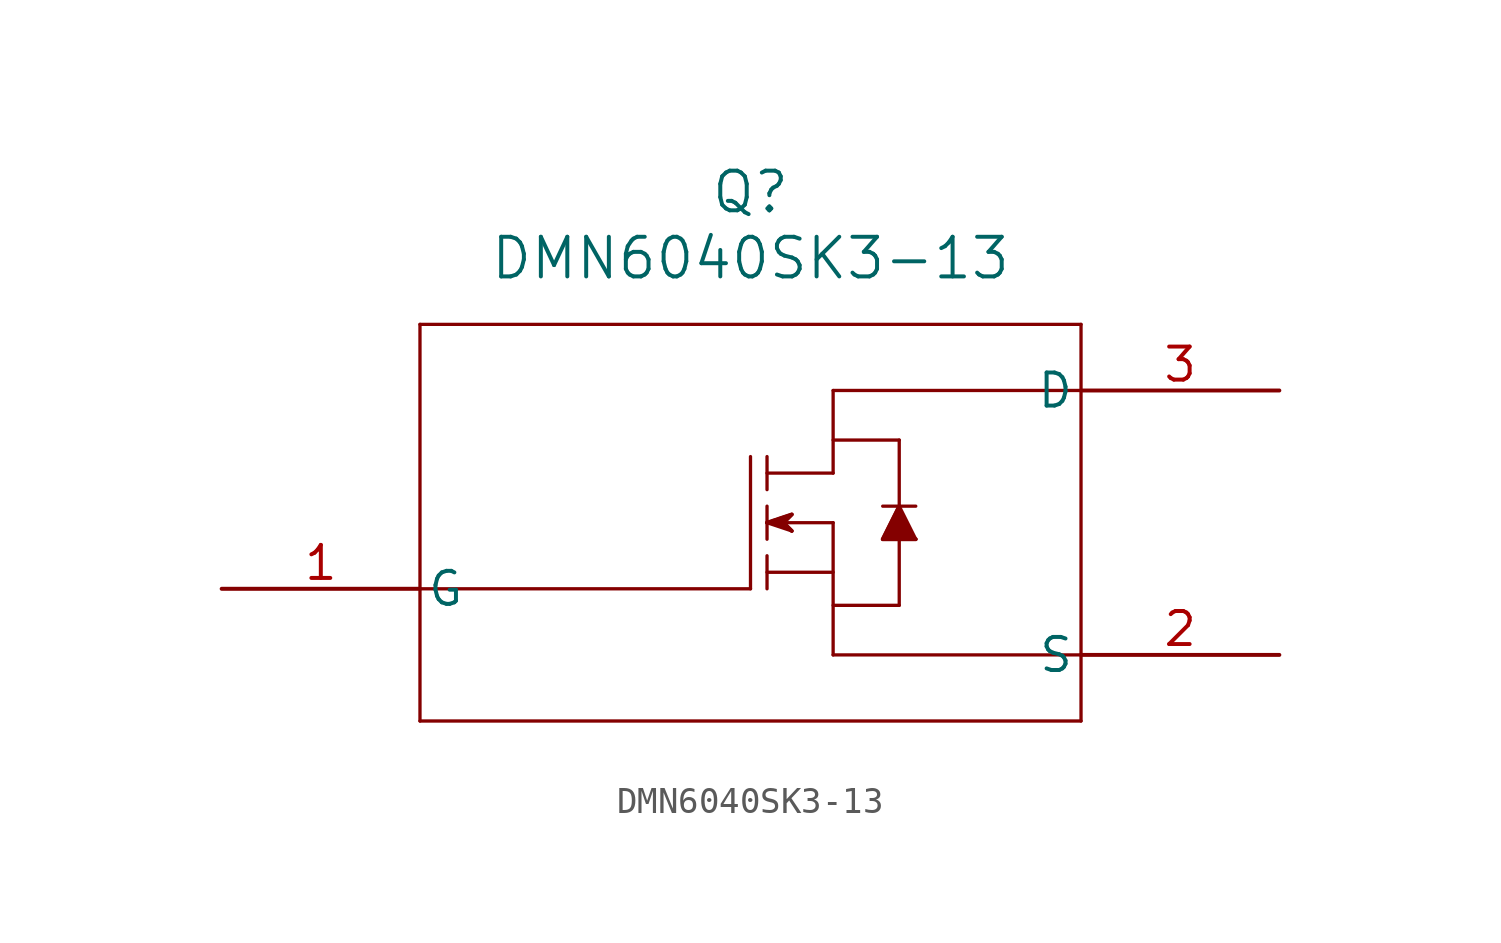
<source format=kicad_sym>
(kicad_symbol_lib
  (version 20211014)
  (generator kicad_symbol_editor)
  (symbol "DMN6040SK3-13"
    (pin_names
      (offset 0.254))
    (property "Reference" "Q"
      (at 20.32 15.24 0)
      (effects (font (size 1.524 1.524))))
    (property "Value" "DMN6040SK3-13"
      (at 20.32 12.7 0)
      (effects (font (size 1.524 1.524))))
    (symbol "DMN6040SK3-13_0_1"
      (polyline (pts (xy 7.62 10.16) (xy 7.62 -5.08)) (stroke (width 0.127) (type default) (color 0 0 0 0)) (fill (type none)))
      (polyline (pts (xy 7.62 -5.08) (xy 33.02 -5.08)) (stroke (width 0.127) (type default) (color 0 0 0 0)) (fill (type none)))
      (polyline (pts (xy 33.02 -5.08) (xy 33.02 10.16)) (stroke (width 0.127) (type default) (color 0 0 0 0)) (fill (type none)))
      (polyline (pts (xy 33.02 10.16) (xy 7.62 10.16)) (stroke (width 0.127) (type default) (color 0 0 0 0)) (fill (type none)))
      (polyline (pts (xy 20.32 5.08) (xy 20.32 0)) (stroke (width 0.127) (type default) (color 0 0 0 0)) (fill (type none)))
      (polyline (pts (xy 7.62 0) (xy 20.32 0)) (stroke (width 0.127) (type default) (color 0 0 0 0)) (fill (type none)))
      (polyline (pts (xy 20.955 5.08) (xy 20.955 3.81)) (stroke (width 0.127) (type default) (color 0 0 0 0)) (fill (type none)))
      (polyline (pts (xy 20.955 3.175) (xy 20.955 1.905)) (stroke (width 0.127) (type default) (color 0 0 0 0)) (fill (type none)))
      (polyline (pts (xy 20.955 1.27) (xy 20.955 0)) (stroke (width 0.127) (type default) (color 0 0 0 0)) (fill (type none)))
      (polyline (pts (xy 20.955 2.54) (xy 23.495 2.54)) (stroke (width 0.127) (type default) (color 0 0 0 0)) (fill (type none)))
      (polyline (pts (xy 20.955 0.635) (xy 23.495 0.635)) (stroke (width 0.127) (type default) (color 0 0 0 0)) (fill (type none)))
      (polyline (pts (xy 20.955 4.445) (xy 23.495 4.445)) (stroke (width 0.127) (type default) (color 0 0 0 0)) (fill (type none)))
      (polyline (pts (xy 33.02 7.62) (xy 23.495 7.62)) (stroke (width 0.127) (type default) (color 0 0 0 0)) (fill (type none)))
      (polyline (pts (xy 33.02 -2.54) (xy 23.495 -2.54)) (stroke (width 0.127) (type default) (color 0 0 0 0)) (fill (type none)))
      (polyline (pts (xy 23.495 2.54) (xy 23.495 -2.54)) (stroke (width 0.127) (type default) (color 0 0 0 0)) (fill (type none)))
      (polyline (pts (xy 23.495 7.62) (xy 23.495 4.445)) (stroke (width 0.127) (type default) (color 0 0 0 0)) (fill (type none)))
      (polyline (pts (xy 23.495 5.715) (xy 26.035 5.715)) (stroke (width 0.127) (type default) (color 0 0 0 0)) (fill (type none)))
      (polyline (pts (xy 23.495 -0.635) (xy 26.035 -0.635)) (stroke (width 0.127) (type default) (color 0 0 0 0)) (fill (type none)))
      (polyline (pts (xy 26.035 5.715) (xy 26.035 -0.635)) (stroke (width 0.127) (type default) (color 0 0 0 0)) (fill (type none)))
      (polyline (pts (xy 20.955 2.54) (xy 21.907 2.857)) (stroke (width 0.127) (type default) (color 0 0 0 0)) (fill (type none)))
      (polyline (pts (xy 21.907 2.857) (xy 21.59 2.54)) (stroke (width 0.127) (type default) (color 0 0 0 0)) (fill (type none)))
      (polyline (pts (xy 21.59 2.54) (xy 21.907 2.223)) (stroke (width 0.127) (type default) (color 0 0 0 0)) (fill (type none)))
      (polyline (pts (xy 21.907 2.223) (xy 20.955 2.54)) (stroke (width 0.127) (type default) (color 0 0 0 0)) (fill (type none)))
      (polyline (pts (xy 25.4 1.905) (xy 26.67 1.905)) (stroke (width 0.127) (type default) (color 0 0 0 0)) (fill (type none)))
      (polyline (pts (xy 25.4 1.905) (xy 26.035 3.175)) (stroke (width 0.127) (type default) (color 0 0 0 0)) (fill (type none)))
      (polyline (pts (xy 26.035 3.175) (xy 26.67 1.905)) (stroke (width 0.127) (type default) (color 0 0 0 0)) (fill (type none)))
      (polyline (pts (xy 25.4 3.175) (xy 26.67 3.175)) (stroke (width 0.127) (type default) (color 0 0 0 0)) (fill (type none)))
      (polyline (pts (xy 20.955 2.54) (xy 21.907 2.857) (xy 21.59 2.54) (xy 21.907 2.223)) (stroke (width 0) (type default) (color 0 0 0 0)) (fill (type outline)))
      (polyline (pts (xy 26.035 3.175) (xy 25.4 1.905) (xy 26.67 1.905)) (stroke (width 0) (type default) (color 0 0 0 0)) (fill (type outline)))
      (pin unspecified line (at 0 0 0) (length 7.62) (name "G" (effects (font (size 1.27 1.27)))) (number "1" (effects (font (size 1.27 1.27)))))
      (pin unspecified line (at 40.64 -2.54 180) (length 7.62) (name "S" (effects (font (size 1.27 1.27)))) (number "2" (effects (font (size 1.27 1.27)))))
      (pin unspecified line (at 40.64 7.62 180) (length 7.62) (name "D" (effects (font (size 1.27 1.27)))) (number "3" (effects (font (size 1.27 1.27))))))))
</source>
